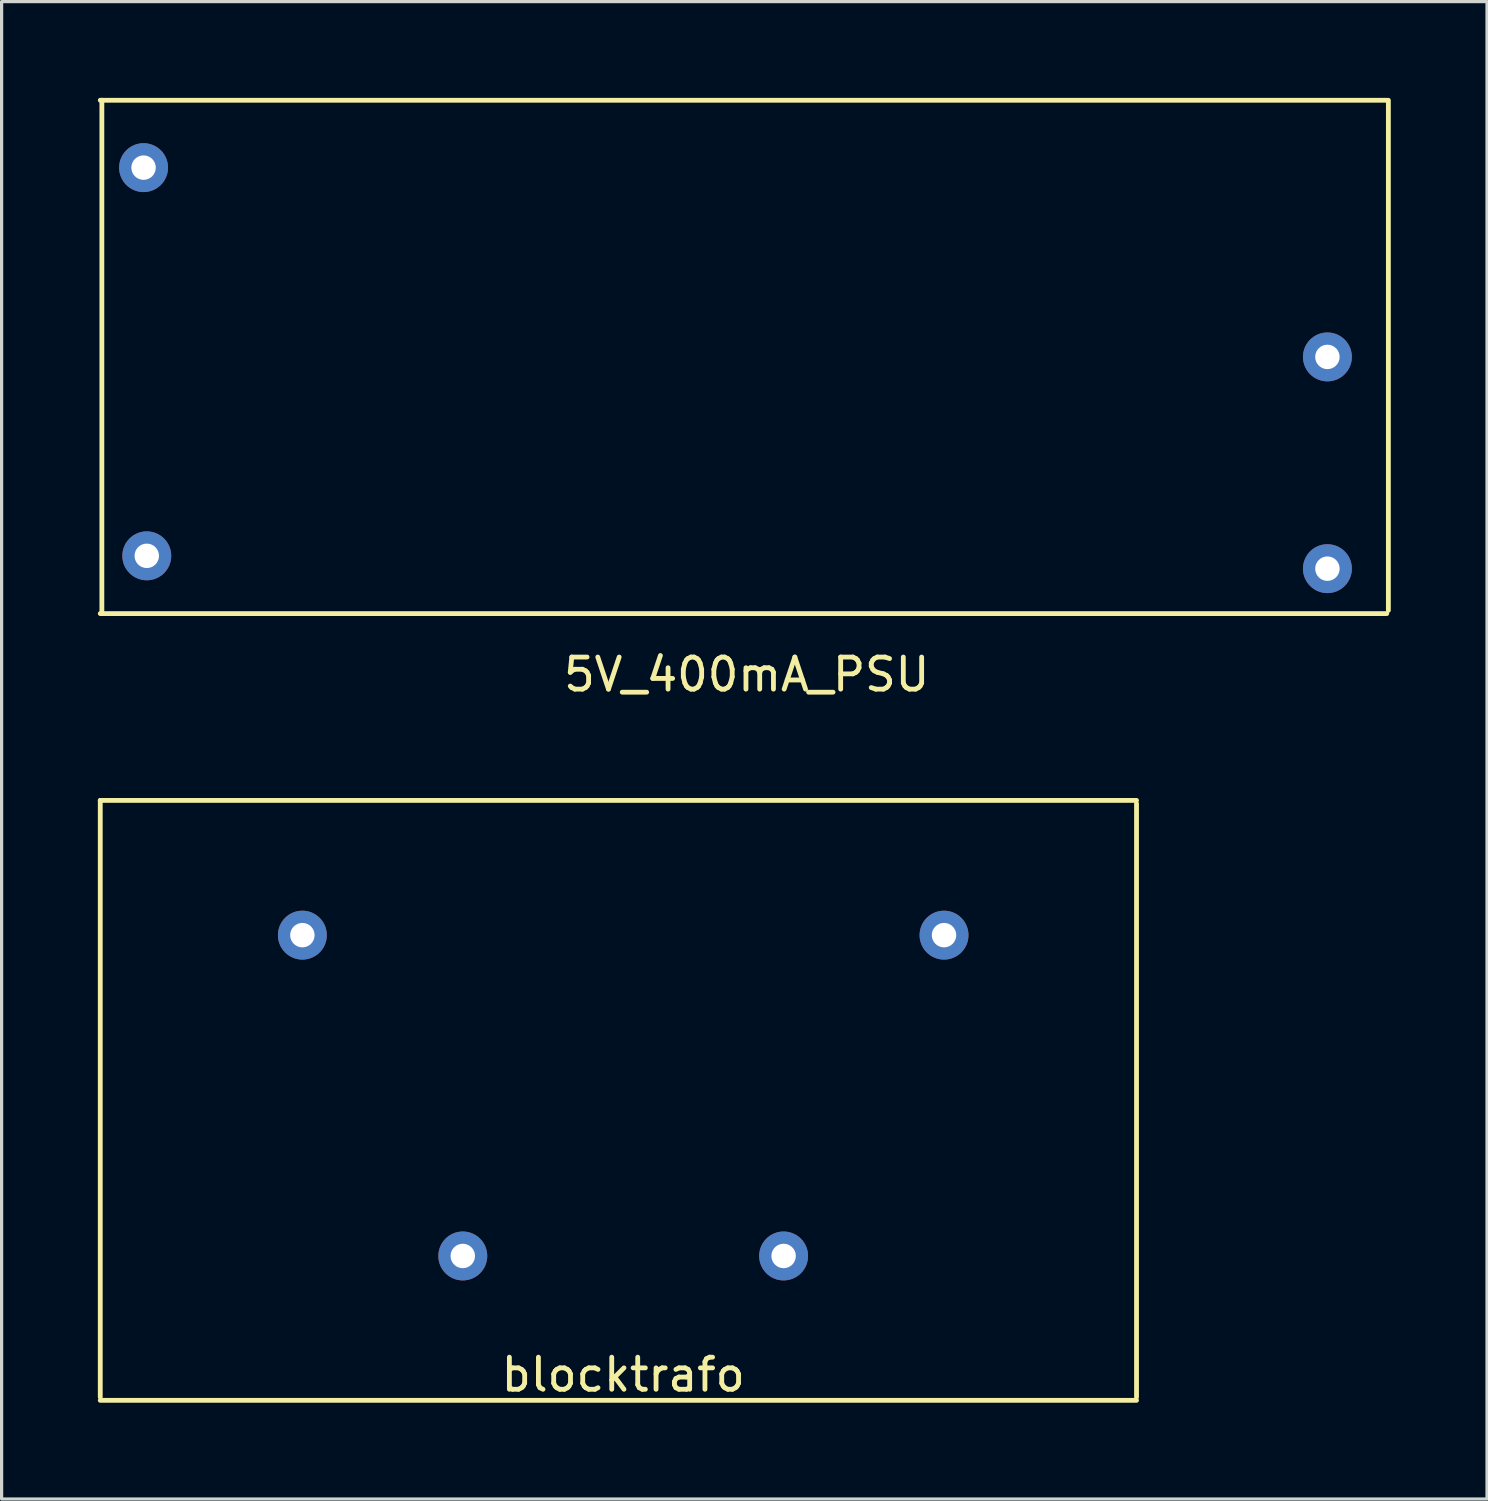
<source format=kicad_pcb>
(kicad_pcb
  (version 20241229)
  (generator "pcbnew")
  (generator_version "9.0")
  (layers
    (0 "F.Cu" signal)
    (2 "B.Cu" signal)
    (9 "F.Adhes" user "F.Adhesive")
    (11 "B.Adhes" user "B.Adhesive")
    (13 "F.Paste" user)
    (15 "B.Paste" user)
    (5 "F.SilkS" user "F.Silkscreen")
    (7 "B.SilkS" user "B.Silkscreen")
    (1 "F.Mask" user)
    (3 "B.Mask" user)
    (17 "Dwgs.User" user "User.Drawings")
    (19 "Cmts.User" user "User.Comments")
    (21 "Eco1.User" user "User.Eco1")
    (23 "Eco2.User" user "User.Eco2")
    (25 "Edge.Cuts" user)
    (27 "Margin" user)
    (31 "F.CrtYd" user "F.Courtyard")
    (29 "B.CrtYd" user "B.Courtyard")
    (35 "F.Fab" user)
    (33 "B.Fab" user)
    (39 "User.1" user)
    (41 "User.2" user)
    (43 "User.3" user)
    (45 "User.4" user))
  (footprint "blocktrafo"
    (layer "F.Cu")
    (at 16.375 31.098)
    (property "Reference" "blocktrafo" (at 0 8.7 0) (layer "F.SilkS") (effects (font (size 1 1) (thickness 0.15))))
    (attr through_hole)
    (fp_line (start -16.3 -9.2) (end -16.3 9.4) (stroke (width 0.15) (type solid)) (layer "F.SilkS"))
    (fp_line (start -16.3 -9.2) (end 16 -9.2) (stroke (width 0.15) (type solid)) (layer "F.SilkS"))
    (fp_line (start -16.3 9.5) (end 16 9.5) (stroke (width 0.15) (type solid)) (layer "F.SilkS"))
    (fp_line (start 16 -9.1) (end 16 9.4) (stroke (width 0.15) (type solid)) (layer "F.SilkS"))
    (pad "1" thru_hole circle (at 10 -5) (size 1.524 1.524) (drill 0.762) (layers "*.Cu" "*.Mask"))
    (pad "5" thru_hole circle (at -10 -5) (size 1.524 1.524) (drill 0.762) (layers "*.Cu" "*.Mask"))
    (pad "6" thru_hole circle (at 5 5) (size 1.524 1.524) (drill 0.762) (layers "*.Cu" "*.Mask"))
    (pad "10" thru_hole circle (at -5 5) (size 1.524 1.524) (drill 0.762) (layers "*.Cu" "*.Mask")))
  (footprint "5V_400mA_PSU"
    (layer "F.Cu")
    (at 20.125 8.075)
    (property "Reference" "5V_400mA_PSU" (at 0.1 9.9 0) (layer "F.SilkS") (effects (font (size 1 1) (thickness 0.15))))
    (attr through_hole)
    (fp_line (start -20.05 -8) (end 20.05 -8) (stroke (width 0.15) (type solid)) (layer "F.SilkS"))
    (fp_line (start -20.05 8) (end 20.05 8) (stroke (width 0.15) (type solid)) (layer "F.SilkS"))
    (fp_line (start -20 -8) (end -20 8) (stroke (width 0.15) (type solid)) (layer "F.SilkS"))
    (fp_line (start 20.1 -8) (end 20.1 7.9) (stroke (width 0.15) (type solid)) (layer "F.SilkS"))
    (pad "1" thru_hole circle (at -18.7 -5.9) (size 1.524 1.524) (drill 0.762) (layers "*.Cu" "*.Mask"))
    (pad "2" thru_hole circle (at -18.6 6.2) (size 1.524 1.524) (drill 0.762) (layers "*.Cu" "*.Mask"))
    (pad "3" thru_hole circle (at 18.2 0) (size 1.524 1.524) (drill 0.762) (layers "*.Cu" "*.Mask"))
    (pad "4" thru_hole circle (at 18.2 6.6) (size 1.524 1.524) (drill 0.762) (layers "*.Cu" "*.Mask")))
  (gr_rect
    (start -3 -3)
    (end 43.3 43.673)
    (stroke (width 0.1) (type default))
    (fill no)
    (layer "Edge.Cuts")))
</source>
